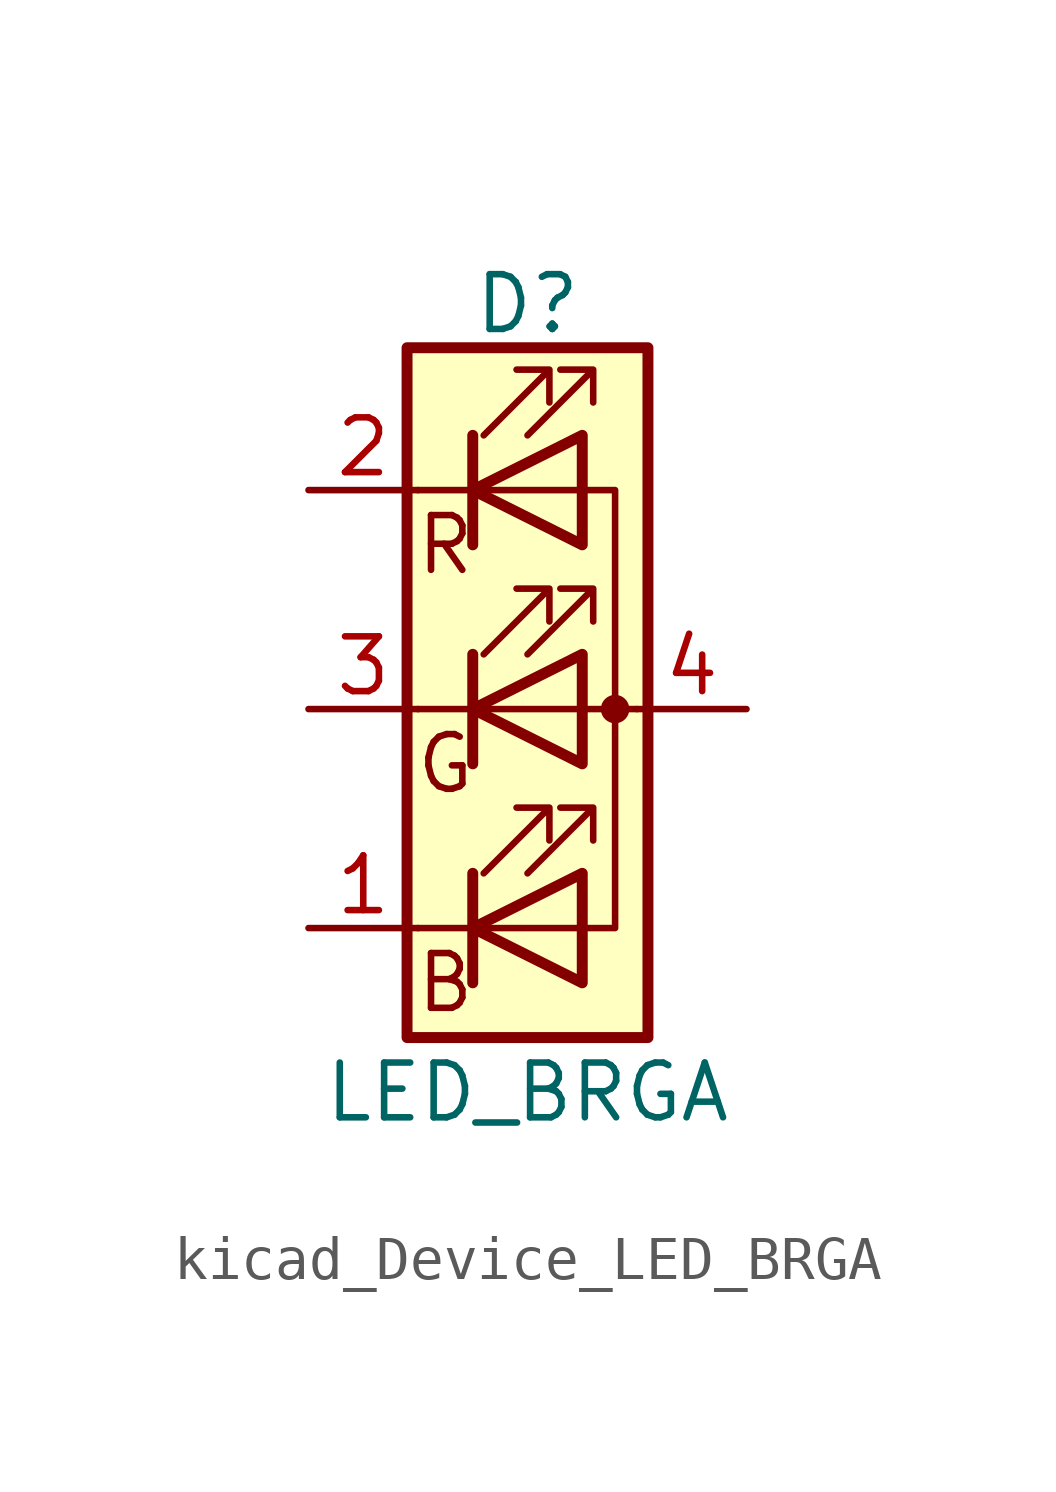
<source format=kicad_sym>
(kicad_symbol_lib
  (version 20220914)
  (generator kicad_symbol_editor)
  (symbol "kicad_Device_LED_BRGA"
    (pin_names
      (offset 0) hide)
    (property "Reference" "D"
      (at 0 9.398 0)
      (effects (font (size 1.27 1.27))))
    (property "Value" "LED_BRGA"
      (at 0 -8.89 0)
      (effects (font (size 1.27 1.27))))
    (symbol "kicad_Device_LED_BRGA_0_0"
      (text "B" (at -1.905 -6.35 0) (effects (font (size 1.27 1.27))))
      (text "G" (at -1.905 -1.27 0) (effects (font (size 1.27 1.27))))
      (text "R" (at -1.905 3.81 0) (effects (font (size 1.27 1.27)))))
    (symbol "kicad_Device_LED_BRGA_0_1"
      (polyline (pts (xy -1.27 -5.08) (xy -2.54 -5.08)) (stroke (width 0) (type default)) (fill (type none)))
      (polyline (pts (xy -1.27 -5.08) (xy 1.27 -5.08)) (stroke (width 0) (type default)) (fill (type none)))
      (polyline (pts (xy -1.27 -3.81) (xy -1.27 -6.35)) (stroke (width 0.254) (type default)) (fill (type none)))
      (polyline (pts (xy -1.27 0) (xy -2.54 0)) (stroke (width 0) (type default)) (fill (type none)))
      (polyline (pts (xy -1.27 1.27) (xy -1.27 -1.27)) (stroke (width 0.254) (type default)) (fill (type none)))
      (polyline (pts (xy -1.27 5.08) (xy -2.54 5.08)) (stroke (width 0) (type default)) (fill (type none)))
      (polyline (pts (xy -1.27 5.08) (xy 1.27 5.08)) (stroke (width 0) (type default)) (fill (type none)))
      (polyline (pts (xy -1.27 6.35) (xy -1.27 3.81)) (stroke (width 0.254) (type default)) (fill (type none)))
      (polyline (pts (xy 1.27 0) (xy -1.27 0)) (stroke (width 0) (type default)) (fill (type none)))
      (polyline (pts (xy 1.27 0) (xy 2.54 0)) (stroke (width 0) (type default)) (fill (type none)))
      (polyline (pts (xy -1.27 1.27) (xy -1.27 -1.27) (xy -1.27 -1.27)) (stroke (width 0) (type default)) (fill (type none)))
      (polyline (pts (xy -1.27 6.35) (xy -1.27 3.81) (xy -1.27 3.81)) (stroke (width 0) (type default)) (fill (type none)))
      (polyline (pts (xy 1.27 -5.08) (xy 2.032 -5.08) (xy 2.032 5.08) (xy 1.27 5.08)) (stroke (width 0) (type default)) (fill (type none)))
      (polyline (pts (xy 1.27 -3.81) (xy 1.27 -6.35) (xy -1.27 -5.08) (xy 1.27 -3.81)) (stroke (width 0.254) (type default)) (fill (type none)))
      (polyline (pts (xy 1.27 1.27) (xy 1.27 -1.27) (xy -1.27 0) (xy 1.27 1.27)) (stroke (width 0.254) (type default)) (fill (type none)))
      (polyline (pts (xy 1.27 6.35) (xy 1.27 3.81) (xy -1.27 5.08) (xy 1.27 6.35)) (stroke (width 0.254) (type default)) (fill (type none)))
      (polyline (pts (xy -1.016 -3.81) (xy 0.508 -2.286) (xy -0.254 -2.286) (xy 0.508 -2.286) (xy 0.508 -3.048)) (stroke (width 0) (type default)) (fill (type none)))
      (polyline (pts (xy -1.016 1.27) (xy 0.508 2.794) (xy -0.254 2.794) (xy 0.508 2.794) (xy 0.508 2.032)) (stroke (width 0) (type default)) (fill (type none)))
      (polyline (pts (xy -1.016 6.35) (xy 0.508 7.874) (xy -0.254 7.874) (xy 0.508 7.874) (xy 0.508 7.112)) (stroke (width 0) (type default)) (fill (type none)))
      (polyline (pts (xy 0 -3.81) (xy 1.524 -2.286) (xy 0.762 -2.286) (xy 1.524 -2.286) (xy 1.524 -3.048)) (stroke (width 0) (type default)) (fill (type none)))
      (polyline (pts (xy 0 1.27) (xy 1.524 2.794) (xy 0.762 2.794) (xy 1.524 2.794) (xy 1.524 2.032)) (stroke (width 0) (type default)) (fill (type none)))
      (polyline (pts (xy 0 6.35) (xy 1.524 7.874) (xy 0.762 7.874) (xy 1.524 7.874) (xy 1.524 7.112)) (stroke (width 0) (type default)) (fill (type none)))
      (rectangle (start 1.27 -1.27) (end 1.27 1.27) (stroke (width 0) (type default)) (fill (type none)))
      (rectangle (start 1.27 1.27) (end 1.27 1.27) (stroke (width 0) (type default)) (fill (type none)))
      (rectangle (start 1.27 3.81) (end 1.27 6.35) (stroke (width 0) (type default)) (fill (type none)))
      (rectangle (start 1.27 6.35) (end 1.27 6.35) (stroke (width 0) (type default)) (fill (type none)))
      (circle (center 2.032 0) (radius 0.254) (stroke (width 0) (type default)) (fill (type outline)))
      (rectangle (start 2.794 8.382) (end -2.794 -7.62) (stroke (width 0.254) (type default)) (fill (type background))))
    (symbol "kicad_Device_LED_BRGA_1_1"
      (pin passive line (at -5.08 -5.08 0) (length 2.54) (name "BK" (effects (font (size 1.27 1.27)))) (number "1" (effects (font (size 1.27 1.27)))))
      (pin passive line (at -5.08 5.08 0) (length 2.54) (name "RK" (effects (font (size 1.27 1.27)))) (number "2" (effects (font (size 1.27 1.27)))))
      (pin passive line (at -5.08 0 0) (length 2.54) (name "GK" (effects (font (size 1.27 1.27)))) (number "3" (effects (font (size 1.27 1.27)))))
      (pin passive line (at 5.08 0 180) (length 2.54) (name "A" (effects (font (size 1.27 1.27)))) (number "4" (effects (font (size 1.27 1.27))))))))
</source>
